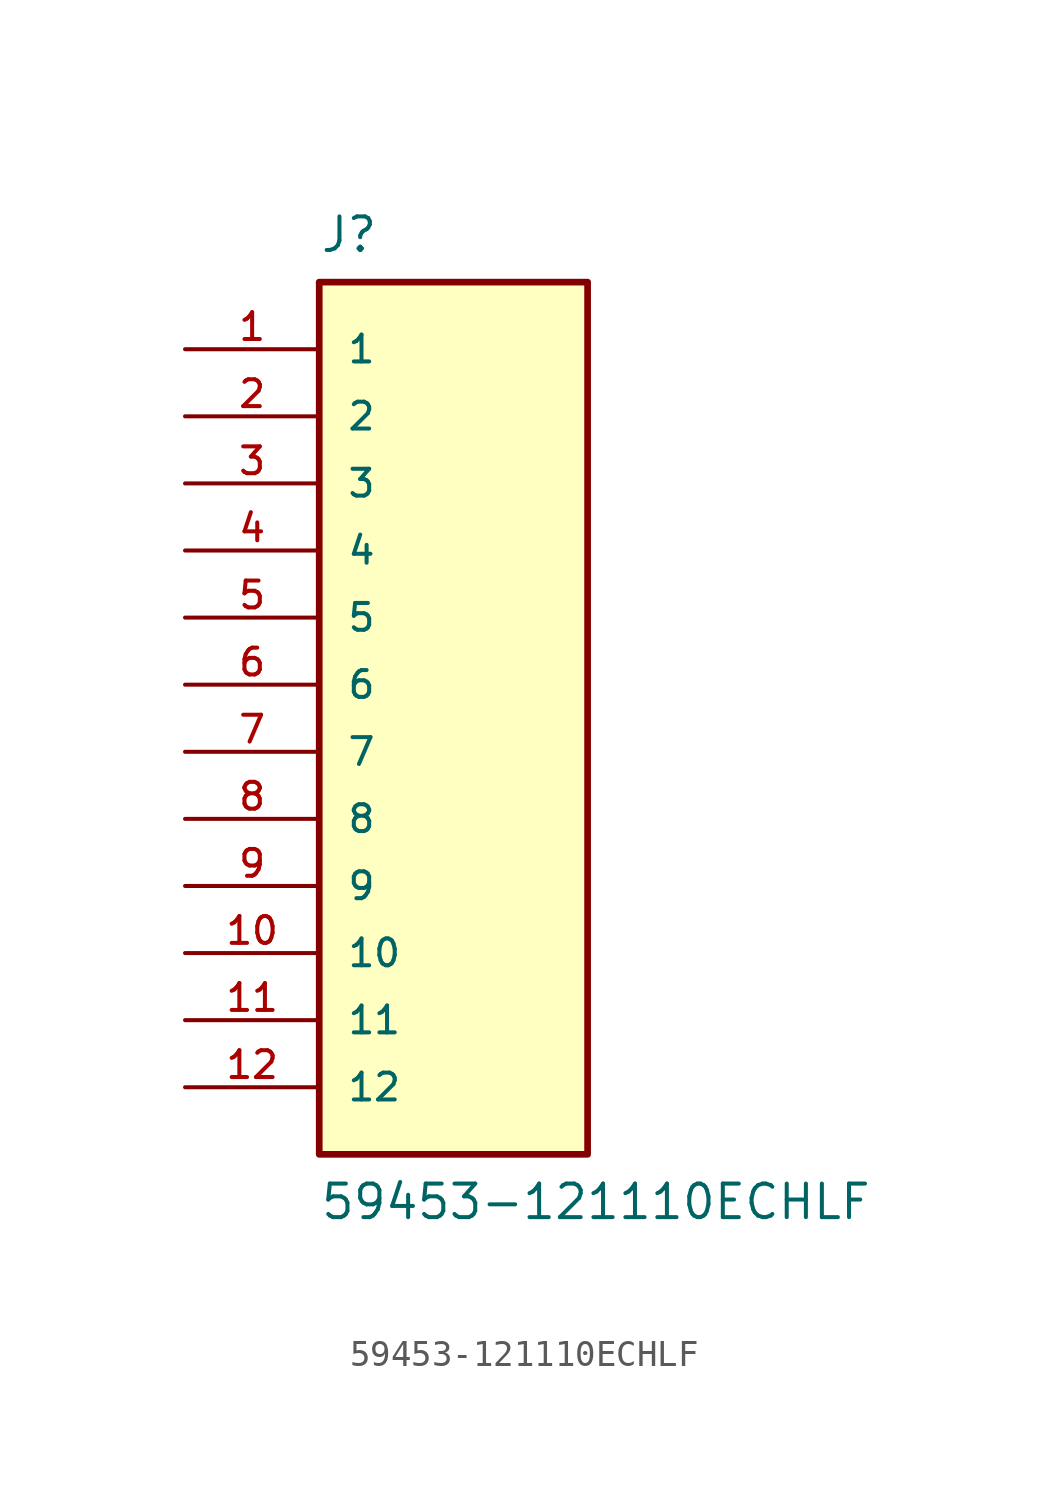
<source format=kicad_sym>
(kicad_symbol_lib
  (version 20231120)
  (generator "kicad_symbol_editor")
  (generator_version "8.99")
  (symbol "59453-121110ECHLF"
    (pin_names
      (offset 1.016))
    (property "Reference" "J"
      (at -5.08 17.78 0)
      (effects (font (size 1.27 1.27)) (justify left top)))
    (property "Value" "59453-121110ECHLF"
      (at -5.08 -20.32 0)
      (effects (font (size 1.27 1.27)) (justify left bottom)))
    (symbol "59453-121110ECHLF_0_0"
      (rectangle (start -5.08 -17.78) (end 5.08 15.24) (stroke (width 0.254) (type default)) (fill (type background)))
      (pin passive line (at -10.16 12.7 0) (length 5.08) (name "1" (effects (font (size 1.016 1.016)))) (number "1" (effects (font (size 1.016 1.016)))))
      (pin passive line (at -10.16 -10.16 0) (length 5.08) (name "10" (effects (font (size 1.016 1.016)))) (number "10" (effects (font (size 1.016 1.016)))))
      (pin passive line (at -10.16 -12.7 0) (length 5.08) (name "11" (effects (font (size 1.016 1.016)))) (number "11" (effects (font (size 1.016 1.016)))))
      (pin passive line (at -10.16 -15.24 0) (length 5.08) (name "12" (effects (font (size 1.016 1.016)))) (number "12" (effects (font (size 1.016 1.016)))))
      (pin passive line (at -10.16 10.16 0) (length 5.08) (name "2" (effects (font (size 1.016 1.016)))) (number "2" (effects (font (size 1.016 1.016)))))
      (pin passive line (at -10.16 7.62 0) (length 5.08) (name "3" (effects (font (size 1.016 1.016)))) (number "3" (effects (font (size 1.016 1.016)))))
      (pin passive line (at -10.16 5.08 0) (length 5.08) (name "4" (effects (font (size 1.016 1.016)))) (number "4" (effects (font (size 1.016 1.016)))))
      (pin passive line (at -10.16 2.54 0) (length 5.08) (name "5" (effects (font (size 1.016 1.016)))) (number "5" (effects (font (size 1.016 1.016)))))
      (pin passive line (at -10.16 0 0) (length 5.08) (name "6" (effects (font (size 1.016 1.016)))) (number "6" (effects (font (size 1.016 1.016)))))
      (pin passive line (at -10.16 -2.54 0) (length 5.08) (name "7" (effects (font (size 1.016 1.016)))) (number "7" (effects (font (size 1.016 1.016)))))
      (pin passive line (at -10.16 -5.08 0) (length 5.08) (name "8" (effects (font (size 1.016 1.016)))) (number "8" (effects (font (size 1.016 1.016)))))
      (pin passive line (at -10.16 -7.62 0) (length 5.08) (name "9" (effects (font (size 1.016 1.016)))) (number "9" (effects (font (size 1.016 1.016))))))))
</source>
